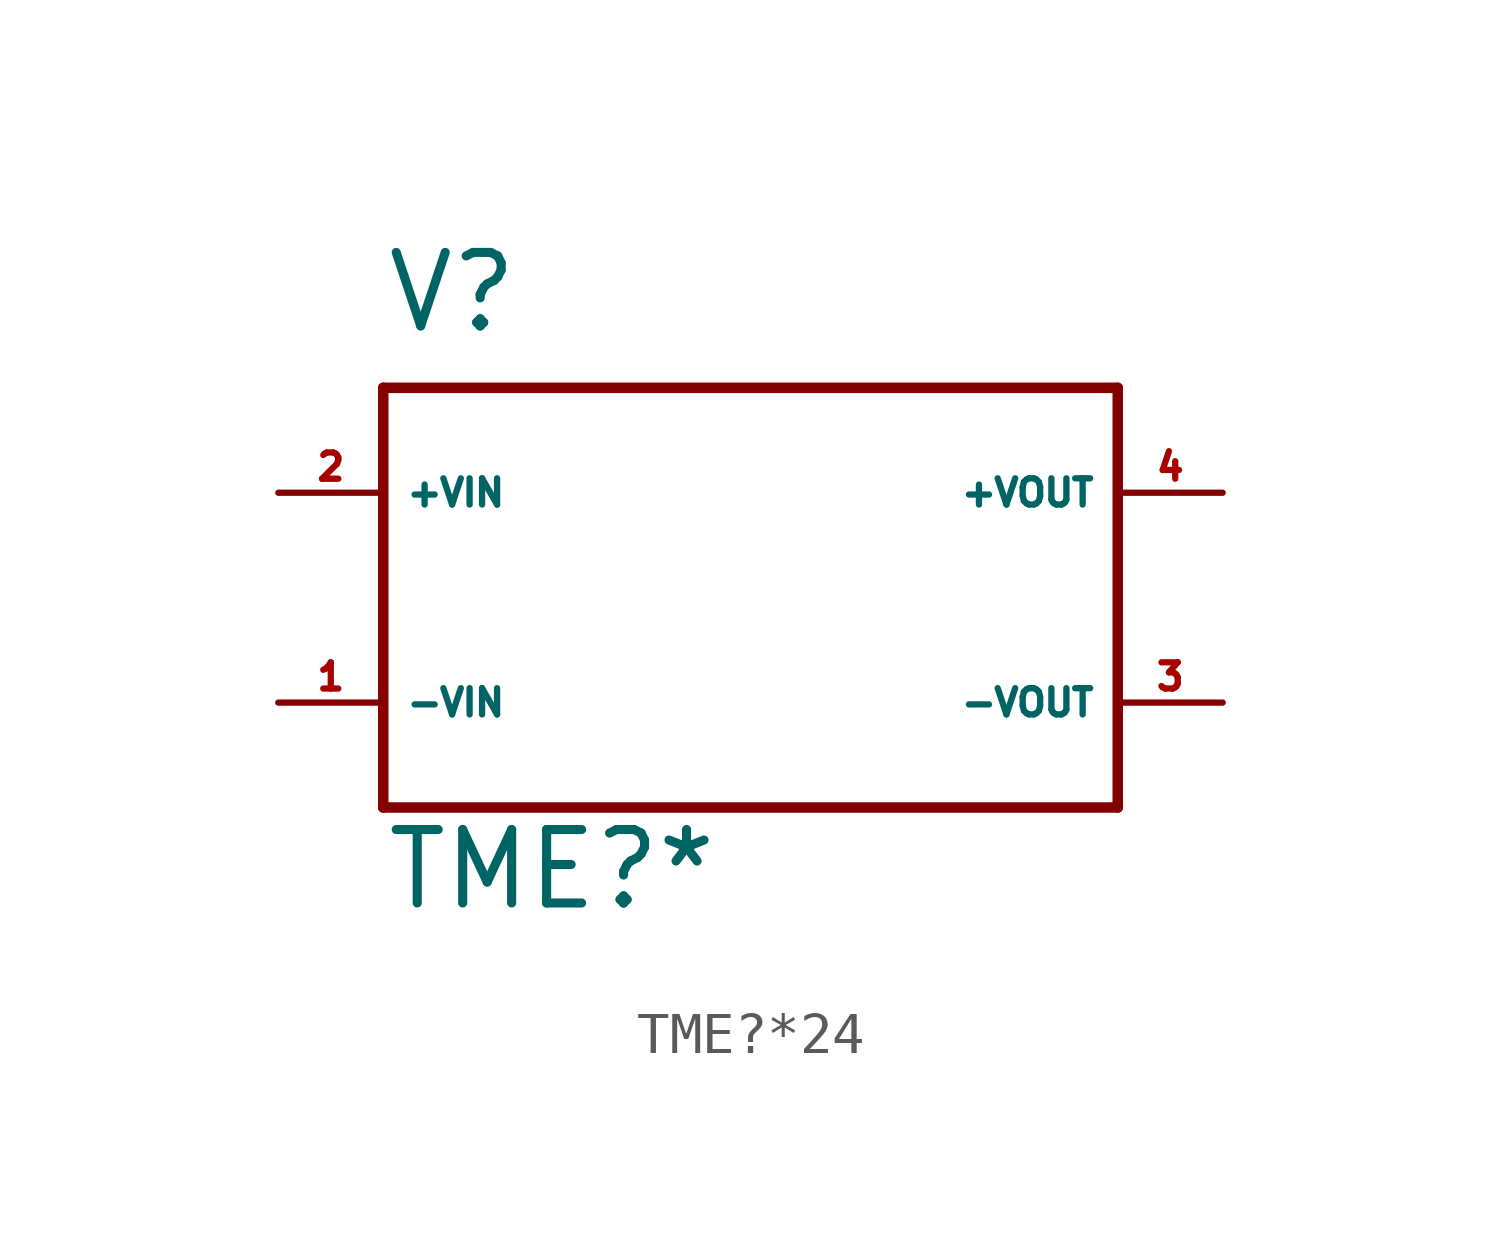
<source format=kicad_sym>
(kicad_symbol_lib
  (version 20220914)
  (generator Eagle2Kicad)
  (symbol "TME?*24"
    (property "Reference" "V"
      (at -7.62 6.35 0)
      (effects (font (size 1.778 1.778) (thickness 0.22)) (justify left bottom)))
    (property "Value" "TME?*"
      (at -7.62 -7.62 0)
      (effects (font (size 1.778 1.778) (thickness 0.22)) (justify left bottom)))
    (polyline
      (pts (xy -7.62 5.08) (xy 10.16 5.08))
      (stroke (width 0.254) (type default))
      (fill (type none)))
    (polyline
      (pts (xy 10.16 5.08) (xy 10.16 -5.08))
      (stroke (width 0.254) (type default))
      (fill (type none)))
    (polyline
      (pts (xy 10.16 -5.08) (xy -7.62 -5.08))
      (stroke (width 0.254) (type default))
      (fill (type none)))
    (polyline
      (pts (xy -7.62 -5.08) (xy -7.62 5.08))
      (stroke (width 0.254) (type default))
      (fill (type none)))
    (pin passive line
      (at -10.16 2.54 0)
      (length 2.54)
      (name "+VIN" (effects (font (size 0.635 0.635) (thickness 0.08)) (justify left bottom)))
      (number "2" (effects (font (size 0.635 0.635) (thickness 0.08)) (justify left bottom))))
    (pin passive line
      (at -10.16 -2.54 0)
      (length 2.54)
      (name "-VIN" (effects (font (size 0.635 0.635) (thickness 0.08)) (justify left bottom)))
      (number "1" (effects (font (size 0.635 0.635) (thickness 0.08)) (justify left bottom))))
    (pin passive line
      (at 12.7 2.54 180)
      (length 2.54)
      (name "+VOUT" (effects (font (size 0.635 0.635) (thickness 0.08)) (justify left bottom)))
      (number "4" (effects (font (size 0.635 0.635) (thickness 0.08)) (justify left bottom))))
    (pin passive line
      (at 12.7 -2.54 180)
      (length 2.54)
      (name "-VOUT" (effects (font (size 0.635 0.635) (thickness 0.08)) (justify left bottom)))
      (number "3" (effects (font (size 0.635 0.635) (thickness 0.08)) (justify left bottom))))))
</source>
